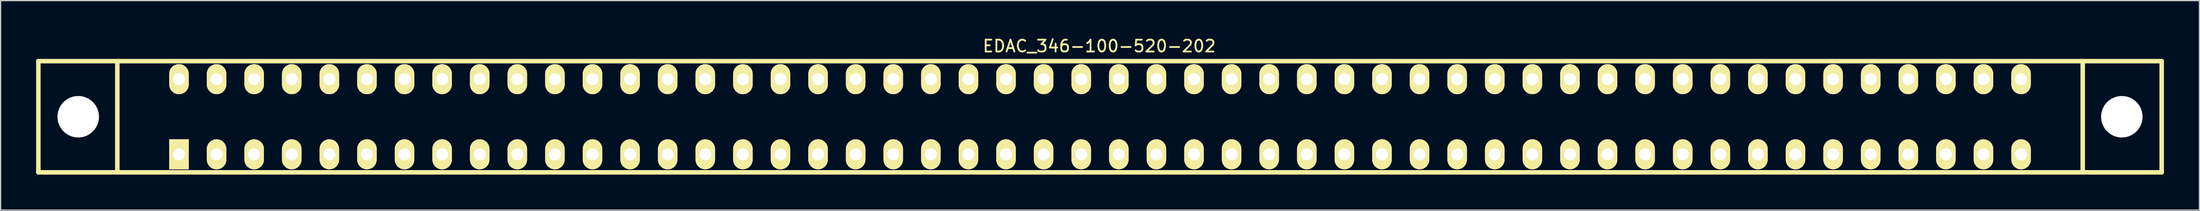
<source format=kicad_pcb>
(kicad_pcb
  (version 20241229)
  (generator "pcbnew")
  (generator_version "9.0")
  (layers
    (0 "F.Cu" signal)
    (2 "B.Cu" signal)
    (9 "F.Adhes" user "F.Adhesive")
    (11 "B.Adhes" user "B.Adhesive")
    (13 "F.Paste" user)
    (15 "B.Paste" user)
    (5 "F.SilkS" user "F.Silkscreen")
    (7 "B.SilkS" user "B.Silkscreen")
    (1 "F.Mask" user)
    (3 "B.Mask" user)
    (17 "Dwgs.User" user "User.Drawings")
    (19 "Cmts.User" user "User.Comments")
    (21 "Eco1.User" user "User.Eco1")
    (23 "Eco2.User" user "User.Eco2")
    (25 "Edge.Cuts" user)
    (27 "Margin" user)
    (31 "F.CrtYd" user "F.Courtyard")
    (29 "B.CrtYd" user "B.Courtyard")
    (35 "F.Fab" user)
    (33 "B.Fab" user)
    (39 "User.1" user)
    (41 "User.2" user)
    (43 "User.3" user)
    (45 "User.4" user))
  (footprint "EDAC_346-100-520-202"
    (layer "F.Cu")
    (at 12.065 9.992)
    (property "Reference" "EDAC_346-100-520-202" (at 77.724 -9.144 0) (layer "F.SilkS") (effects (font (size 1 1) (thickness 0.15))))
    (fp_line (start -11.874 1.524) (end -11.874 -7.874) (stroke (width 0.381) (type solid)) (layer "F.SilkS"))
    (fp_line (start -11.874 1.524) (end 167.45 1.524) (stroke (width 0.381) (type solid)) (layer "F.SilkS"))
    (fp_line (start -5.207 -7.874) (end -5.207 1.524) (stroke (width 0.381) (type solid)) (layer "F.SilkS"))
    (fp_line (start 160.782 -7.874) (end 160.782 1.524) (stroke (width 0.381) (type solid)) (layer "F.SilkS"))
    (fp_line (start 167.45 -7.874) (end -11.874 -7.874) (stroke (width 0.381) (type solid)) (layer "F.SilkS"))
    (fp_line (start 167.45 1.524) (end 167.45 -7.874) (stroke (width 0.381) (type solid)) (layer "F.SilkS"))
    (pad "" np_thru_hole circle (at -8.509 -3.175) (size 3.505 3.505) (drill 3.505) (layers "*.Cu" "*.Mask"))
    (pad "" np_thru_hole circle (at 164.084 -3.175) (size 3.505 3.505) (drill 3.505) (layers "*.Cu" "*.Mask"))
    (pad "1" thru_hole rect (at 0 0) (size 1.651 2.54) (drill 1.016) (layers "*.Cu" "*.Mask" "F.SilkS"))
    (pad "2" thru_hole oval (at 3.175 0) (size 1.651 2.54) (drill 1.016) (layers "*.Cu" "*.Mask" "F.SilkS"))
    (pad "3" thru_hole oval (at 6.35 0) (size 1.651 2.54) (drill 1.016) (layers "*.Cu" "*.Mask" "F.SilkS"))
    (pad "4" thru_hole oval (at 9.525 0) (size 1.651 2.54) (drill 1.016) (layers "*.Cu" "*.Mask" "F.SilkS"))
    (pad "5" thru_hole oval (at 12.7 0) (size 1.651 2.54) (drill 1.016) (layers "*.Cu" "*.Mask" "F.SilkS"))
    (pad "6" thru_hole oval (at 15.875 0) (size 1.651 2.54) (drill 1.016) (layers "*.Cu" "*.Mask" "F.SilkS"))
    (pad "7" thru_hole oval (at 19.05 0) (size 1.651 2.54) (drill 1.016) (layers "*.Cu" "*.Mask" "F.SilkS"))
    (pad "8" thru_hole oval (at 22.225 0) (size 1.651 2.54) (drill 1.016) (layers "*.Cu" "*.Mask" "F.SilkS"))
    (pad "9" thru_hole oval (at 25.4 0) (size 1.651 2.54) (drill 1.016) (layers "*.Cu" "*.Mask" "F.SilkS"))
    (pad "10" thru_hole oval (at 28.575 0) (size 1.651 2.54) (drill 1.016) (layers "*.Cu" "*.Mask" "F.SilkS"))
    (pad "11" thru_hole oval (at 31.75 0) (size 1.651 2.54) (drill 1.016) (layers "*.Cu" "*.Mask" "F.SilkS"))
    (pad "12" thru_hole oval (at 34.925 0) (size 1.651 2.54) (drill 1.016) (layers "*.Cu" "*.Mask" "F.SilkS"))
    (pad "13" thru_hole oval (at 38.1 0) (size 1.651 2.54) (drill 1.016) (layers "*.Cu" "*.Mask" "F.SilkS"))
    (pad "14" thru_hole oval (at 41.275 0) (size 1.651 2.54) (drill 1.016) (layers "*.Cu" "*.Mask" "F.SilkS"))
    (pad "15" thru_hole oval (at 44.45 0) (size 1.651 2.54) (drill 1.016) (layers "*.Cu" "*.Mask" "F.SilkS"))
    (pad "16" thru_hole oval (at 47.625 0) (size 1.651 2.54) (drill 1.016) (layers "*.Cu" "*.Mask" "F.SilkS"))
    (pad "17" thru_hole oval (at 50.8 0) (size 1.651 2.54) (drill 1.016) (layers "*.Cu" "*.Mask" "F.SilkS"))
    (pad "18" thru_hole oval (at 53.975 0) (size 1.651 2.54) (drill 1.016) (layers "*.Cu" "*.Mask" "F.SilkS"))
    (pad "19" thru_hole oval (at 57.15 0) (size 1.651 2.54) (drill 1.016) (layers "*.Cu" "*.Mask" "F.SilkS"))
    (pad "20" thru_hole oval (at 60.325 0) (size 1.651 2.54) (drill 1.016) (layers "*.Cu" "*.Mask" "F.SilkS"))
    (pad "21" thru_hole oval (at 63.5 0) (size 1.651 2.54) (drill 1.016) (layers "*.Cu" "*.Mask" "F.SilkS"))
    (pad "22" thru_hole oval (at 66.675 0) (size 1.651 2.54) (drill 1.016) (layers "*.Cu" "*.Mask" "F.SilkS"))
    (pad "23" thru_hole oval (at 69.85 0) (size 1.651 2.54) (drill 1.016) (layers "*.Cu" "*.Mask" "F.SilkS"))
    (pad "24" thru_hole oval (at 73.025 0) (size 1.651 2.54) (drill 1.016) (layers "*.Cu" "*.Mask" "F.SilkS"))
    (pad "25" thru_hole oval (at 76.2 0) (size 1.651 2.54) (drill 1.016) (layers "*.Cu" "*.Mask" "F.SilkS"))
    (pad "26" thru_hole oval (at 79.375 0) (size 1.651 2.54) (drill 1.016) (layers "*.Cu" "*.Mask" "F.SilkS"))
    (pad "27" thru_hole oval (at 82.55 0) (size 1.651 2.54) (drill 1.016) (layers "*.Cu" "*.Mask" "F.SilkS"))
    (pad "28" thru_hole oval (at 85.725 0) (size 1.651 2.54) (drill 1.016) (layers "*.Cu" "*.Mask" "F.SilkS"))
    (pad "29" thru_hole oval (at 88.9 0) (size 1.651 2.54) (drill 1.016) (layers "*.Cu" "*.Mask" "F.SilkS"))
    (pad "30" thru_hole oval (at 92.075 0) (size 1.651 2.54) (drill 1.016) (layers "*.Cu" "*.Mask" "F.SilkS"))
    (pad "31" thru_hole oval (at 95.25 0) (size 1.651 2.54) (drill 1.016) (layers "*.Cu" "*.Mask" "F.SilkS"))
    (pad "32" thru_hole oval (at 98.425 0) (size 1.651 2.54) (drill 1.016) (layers "*.Cu" "*.Mask" "F.SilkS"))
    (pad "33" thru_hole oval (at 101.6 0) (size 1.651 2.54) (drill 1.016) (layers "*.Cu" "*.Mask" "F.SilkS"))
    (pad "34" thru_hole oval (at 104.775 0) (size 1.651 2.54) (drill 1.016) (layers "*.Cu" "*.Mask" "F.SilkS"))
    (pad "35" thru_hole oval (at 107.95 0) (size 1.651 2.54) (drill 1.016) (layers "*.Cu" "*.Mask" "F.SilkS"))
    (pad "36" thru_hole oval (at 111.125 0) (size 1.651 2.54) (drill 1.016) (layers "*.Cu" "*.Mask" "F.SilkS"))
    (pad "37" thru_hole oval (at 114.3 0) (size 1.651 2.54) (drill 1.016) (layers "*.Cu" "*.Mask" "F.SilkS"))
    (pad "38" thru_hole oval (at 117.475 0) (size 1.651 2.54) (drill 1.016) (layers "*.Cu" "*.Mask" "F.SilkS"))
    (pad "39" thru_hole oval (at 120.65 0) (size 1.651 2.54) (drill 1.016) (layers "*.Cu" "*.Mask" "F.SilkS"))
    (pad "40" thru_hole oval (at 123.825 0) (size 1.651 2.54) (drill 1.016) (layers "*.Cu" "*.Mask" "F.SilkS"))
    (pad "41" thru_hole oval (at 127 0) (size 1.651 2.54) (drill 1.016) (layers "*.Cu" "*.Mask" "F.SilkS"))
    (pad "42" thru_hole oval (at 130.175 0) (size 1.651 2.54) (drill 1.016) (layers "*.Cu" "*.Mask" "F.SilkS"))
    (pad "43" thru_hole oval (at 133.35 0) (size 1.651 2.54) (drill 1.016) (layers "*.Cu" "*.Mask" "F.SilkS"))
    (pad "44" thru_hole oval (at 136.525 0) (size 1.651 2.54) (drill 1.016) (layers "*.Cu" "*.Mask" "F.SilkS"))
    (pad "45" thru_hole oval (at 139.7 0) (size 1.651 2.54) (drill 1.016) (layers "*.Cu" "*.Mask" "F.SilkS"))
    (pad "46" thru_hole oval (at 142.875 0) (size 1.651 2.54) (drill 1.016) (layers "*.Cu" "*.Mask" "F.SilkS"))
    (pad "47" thru_hole oval (at 146.05 0) (size 1.651 2.54) (drill 1.016) (layers "*.Cu" "*.Mask" "F.SilkS"))
    (pad "48" thru_hole oval (at 149.225 0) (size 1.651 2.54) (drill 1.016) (layers "*.Cu" "*.Mask" "F.SilkS"))
    (pad "49" thru_hole oval (at 152.4 0) (size 1.651 2.54) (drill 1.016) (layers "*.Cu" "*.Mask" "F.SilkS"))
    (pad "50" thru_hole oval (at 155.575 0) (size 1.651 2.54) (drill 1.016) (layers "*.Cu" "*.Mask" "F.SilkS"))
    (pad "51" thru_hole oval (at 0 -6.35) (size 1.651 2.54) (drill 1.016) (layers "*.Cu" "*.Mask" "F.SilkS"))
    (pad "52" thru_hole oval (at 3.175 -6.35) (size 1.651 2.54) (drill 1.016) (layers "*.Cu" "*.Mask" "F.SilkS"))
    (pad "53" thru_hole oval (at 6.35 -6.35) (size 1.651 2.54) (drill 1.016) (layers "*.Cu" "*.Mask" "F.SilkS"))
    (pad "54" thru_hole oval (at 9.525 -6.35) (size 1.651 2.54) (drill 1.016) (layers "*.Cu" "*.Mask" "F.SilkS"))
    (pad "55" thru_hole oval (at 12.7 -6.35) (size 1.651 2.54) (drill 1.016) (layers "*.Cu" "*.Mask" "F.SilkS"))
    (pad "56" thru_hole oval (at 15.875 -6.35) (size 1.651 2.54) (drill 1.016) (layers "*.Cu" "*.Mask" "F.SilkS"))
    (pad "57" thru_hole oval (at 19.05 -6.35) (size 1.651 2.54) (drill 1.016) (layers "*.Cu" "*.Mask" "F.SilkS"))
    (pad "58" thru_hole oval (at 22.225 -6.35) (size 1.651 2.54) (drill 1.016) (layers "*.Cu" "*.Mask" "F.SilkS"))
    (pad "59" thru_hole oval (at 25.4 -6.35) (size 1.651 2.54) (drill 1.016) (layers "*.Cu" "*.Mask" "F.SilkS"))
    (pad "60" thru_hole oval (at 28.575 -6.35) (size 1.651 2.54) (drill 1.016) (layers "*.Cu" "*.Mask" "F.SilkS"))
    (pad "61" thru_hole oval (at 31.75 -6.35) (size 1.651 2.54) (drill 1.016) (layers "*.Cu" "*.Mask" "F.SilkS"))
    (pad "62" thru_hole oval (at 34.925 -6.35) (size 1.651 2.54) (drill 1.016) (layers "*.Cu" "*.Mask" "F.SilkS"))
    (pad "63" thru_hole oval (at 38.1 -6.35) (size 1.651 2.54) (drill 1.016) (layers "*.Cu" "*.Mask" "F.SilkS"))
    (pad "64" thru_hole oval (at 41.275 -6.35) (size 1.651 2.54) (drill 1.016) (layers "*.Cu" "*.Mask" "F.SilkS"))
    (pad "65" thru_hole oval (at 44.45 -6.35) (size 1.651 2.54) (drill 1.016) (layers "*.Cu" "*.Mask" "F.SilkS"))
    (pad "66" thru_hole oval (at 47.625 -6.35) (size 1.651 2.54) (drill 1.016) (layers "*.Cu" "*.Mask" "F.SilkS"))
    (pad "67" thru_hole oval (at 50.8 -6.35) (size 1.651 2.54) (drill 1.016) (layers "*.Cu" "*.Mask" "F.SilkS"))
    (pad "68" thru_hole oval (at 53.975 -6.35) (size 1.651 2.54) (drill 1.016) (layers "*.Cu" "*.Mask" "F.SilkS"))
    (pad "69" thru_hole oval (at 57.15 -6.35) (size 1.651 2.54) (drill 1.016) (layers "*.Cu" "*.Mask" "F.SilkS"))
    (pad "70" thru_hole oval (at 60.325 -6.35) (size 1.651 2.54) (drill 1.016) (layers "*.Cu" "*.Mask" "F.SilkS"))
    (pad "71" thru_hole oval (at 63.5 -6.35) (size 1.651 2.54) (drill 1.016) (layers "*.Cu" "*.Mask" "F.SilkS"))
    (pad "72" thru_hole oval (at 66.675 -6.35) (size 1.651 2.54) (drill 1.016) (layers "*.Cu" "*.Mask" "F.SilkS"))
    (pad "73" thru_hole oval (at 69.85 -6.35) (size 1.651 2.54) (drill 1.016) (layers "*.Cu" "*.Mask" "F.SilkS"))
    (pad "74" thru_hole oval (at 73.025 -6.35) (size 1.651 2.54) (drill 1.016) (layers "*.Cu" "*.Mask" "F.SilkS"))
    (pad "75" thru_hole oval (at 76.2 -6.35) (size 1.651 2.54) (drill 1.016) (layers "*.Cu" "*.Mask" "F.SilkS"))
    (pad "76" thru_hole oval (at 79.375 -6.35) (size 1.651 2.54) (drill 1.016) (layers "*.Cu" "*.Mask" "F.SilkS"))
    (pad "77" thru_hole oval (at 82.55 -6.35) (size 1.651 2.54) (drill 1.016) (layers "*.Cu" "*.Mask" "F.SilkS"))
    (pad "78" thru_hole oval (at 85.725 -6.35) (size 1.651 2.54) (drill 1.016) (layers "*.Cu" "*.Mask" "F.SilkS"))
    (pad "79" thru_hole oval (at 88.9 -6.35) (size 1.651 2.54) (drill 1.016) (layers "*.Cu" "*.Mask" "F.SilkS"))
    (pad "80" thru_hole oval (at 92.075 -6.35) (size 1.651 2.54) (drill 1.016) (layers "*.Cu" "*.Mask" "F.SilkS"))
    (pad "81" thru_hole oval (at 95.25 -6.35) (size 1.651 2.54) (drill 1.016) (layers "*.Cu" "*.Mask" "F.SilkS"))
    (pad "82" thru_hole oval (at 98.425 -6.35) (size 1.651 2.54) (drill 1.016) (layers "*.Cu" "*.Mask" "F.SilkS"))
    (pad "83" thru_hole oval (at 101.6 -6.35) (size 1.651 2.54) (drill 1.016) (layers "*.Cu" "*.Mask" "F.SilkS"))
    (pad "84" thru_hole oval (at 104.775 -6.35) (size 1.651 2.54) (drill 1.016) (layers "*.Cu" "*.Mask" "F.SilkS"))
    (pad "85" thru_hole oval (at 107.95 -6.35) (size 1.651 2.54) (drill 1.016) (layers "*.Cu" "*.Mask" "F.SilkS"))
    (pad "86" thru_hole oval (at 111.125 -6.35) (size 1.651 2.54) (drill 1.016) (layers "*.Cu" "*.Mask" "F.SilkS"))
    (pad "87" thru_hole oval (at 114.3 -6.35) (size 1.651 2.54) (drill 1.016) (layers "*.Cu" "*.Mask" "F.SilkS"))
    (pad "88" thru_hole oval (at 117.475 -6.35) (size 1.651 2.54) (drill 1.016) (layers "*.Cu" "*.Mask" "F.SilkS"))
    (pad "89" thru_hole oval (at 120.65 -6.35) (size 1.651 2.54) (drill 1.016) (layers "*.Cu" "*.Mask" "F.SilkS"))
    (pad "90" thru_hole oval (at 123.825 -6.35) (size 1.651 2.54) (drill 1.016) (layers "*.Cu" "*.Mask" "F.SilkS"))
    (pad "91" thru_hole oval (at 127 -6.35) (size 1.651 2.54) (drill 1.016) (layers "*.Cu" "*.Mask" "F.SilkS"))
    (pad "92" thru_hole oval (at 130.175 -6.35) (size 1.651 2.54) (drill 1.016) (layers "*.Cu" "*.Mask" "F.SilkS"))
    (pad "93" thru_hole oval (at 133.35 -6.35) (size 1.651 2.54) (drill 1.016) (layers "*.Cu" "*.Mask" "F.SilkS"))
    (pad "94" thru_hole oval (at 136.525 -6.35) (size 1.651 2.54) (drill 1.016) (layers "*.Cu" "*.Mask" "F.SilkS"))
    (pad "95" thru_hole oval (at 139.7 -6.35) (size 1.651 2.54) (drill 1.016) (layers "*.Cu" "*.Mask" "F.SilkS"))
    (pad "96" thru_hole oval (at 142.875 -6.35) (size 1.651 2.54) (drill 1.016) (layers "*.Cu" "*.Mask" "F.SilkS"))
    (pad "97" thru_hole oval (at 146.05 -6.35) (size 1.651 2.54) (drill 1.016) (layers "*.Cu" "*.Mask" "F.SilkS"))
    (pad "98" thru_hole oval (at 149.225 -6.35) (size 1.651 2.54) (drill 1.016) (layers "*.Cu" "*.Mask" "F.SilkS"))
    (pad "99" thru_hole oval (at 152.4 -6.35) (size 1.651 2.54) (drill 1.016) (layers "*.Cu" "*.Mask" "F.SilkS"))
    (pad "100" thru_hole oval (at 155.575 -6.35) (size 1.651 2.54) (drill 1.016) (layers "*.Cu" "*.Mask" "F.SilkS")))
  (gr_rect
    (start -3 -3)
    (end 182.705 14.707)
    (stroke (width 0.1) (type default))
    (fill no)
    (layer "Edge.Cuts")))
</source>
